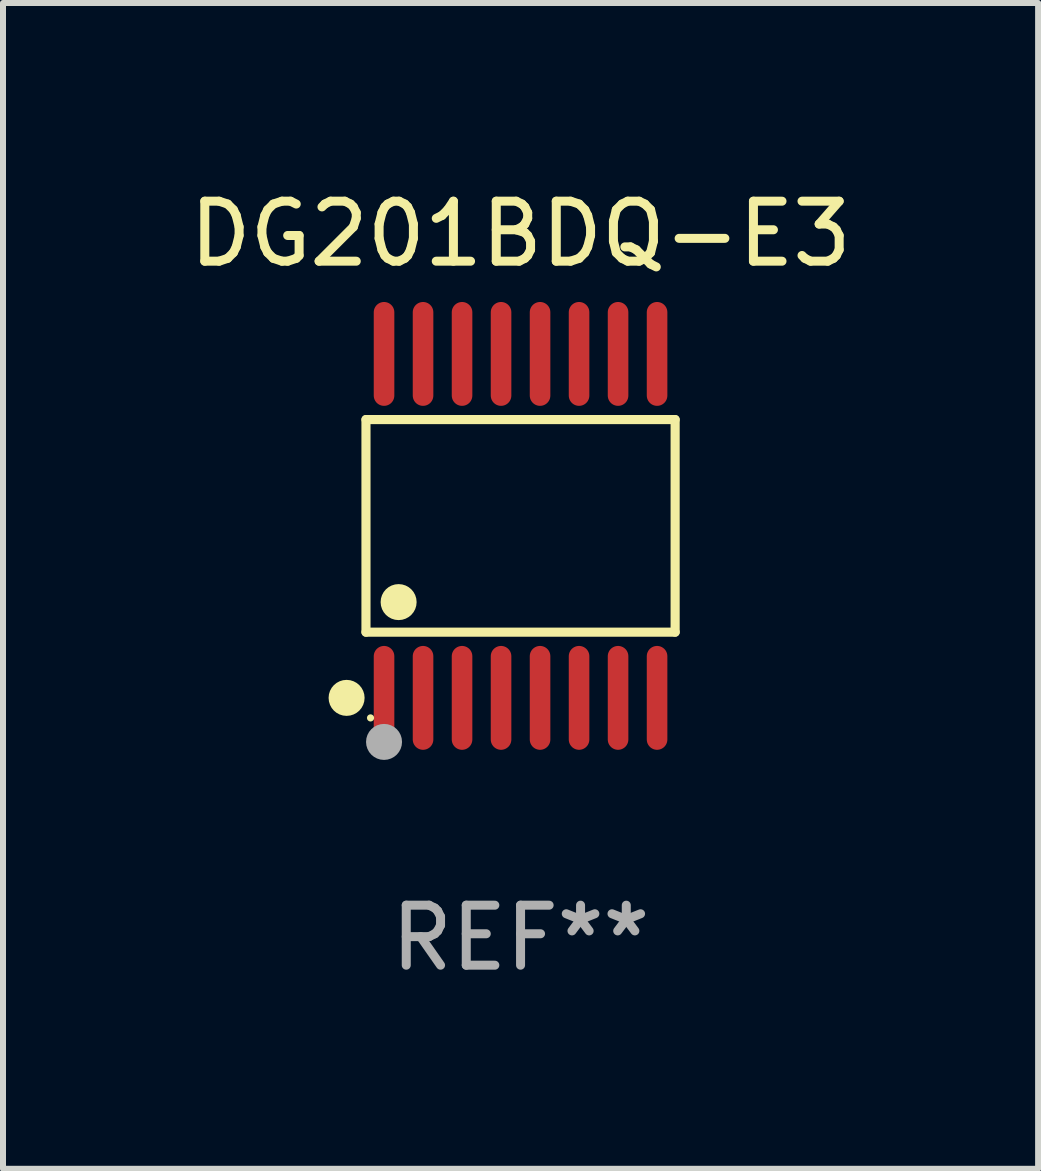
<source format=kicad_pcb>
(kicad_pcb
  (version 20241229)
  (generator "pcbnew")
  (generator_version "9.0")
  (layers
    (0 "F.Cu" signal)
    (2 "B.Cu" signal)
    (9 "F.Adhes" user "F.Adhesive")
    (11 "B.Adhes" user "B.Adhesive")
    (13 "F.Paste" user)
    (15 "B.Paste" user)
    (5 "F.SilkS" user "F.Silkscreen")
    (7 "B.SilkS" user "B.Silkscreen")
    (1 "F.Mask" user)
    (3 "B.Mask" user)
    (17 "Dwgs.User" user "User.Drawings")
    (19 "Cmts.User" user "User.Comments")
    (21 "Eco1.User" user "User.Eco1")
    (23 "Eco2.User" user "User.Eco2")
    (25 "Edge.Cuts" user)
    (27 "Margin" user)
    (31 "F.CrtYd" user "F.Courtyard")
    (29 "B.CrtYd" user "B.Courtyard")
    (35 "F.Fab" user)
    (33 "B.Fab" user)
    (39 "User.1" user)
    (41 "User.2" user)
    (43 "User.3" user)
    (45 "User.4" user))
  (footprint "DG201BDQ-E3"
    (layer "F.Cu")
    (at 5.625 5.714)
    (property "Reference" "DG201BDQ-E3" (at 0 -4.866 0) (layer "F.SilkS") (effects (font (size 1 1) (thickness 0.15))))
    (attr through_hole)
    (fp_line (start -2.576 -1.772) (end 2.576 -1.772) (stroke (width 0.152) (type solid)) (layer "F.SilkS"))
    (fp_line (start -2.576 1.771) (end -2.576 -1.772) (stroke (width 0.152) (type solid)) (layer "F.SilkS"))
    (fp_line (start 2.576 -1.772) (end 2.576 1.771) (stroke (width 0.152) (type solid)) (layer "F.SilkS"))
    (fp_line (start 2.576 1.771) (end -2.576 1.771) (stroke (width 0.152) (type solid)) (layer "F.SilkS"))
    (fp_circle (center -2.899 2.866) (end -2.749 2.866) (stroke (width 0.3) (type solid)) (fill no) (layer "F.SilkS"))
    (fp_circle (center -2.5 3.2) (end -2.47 3.2) (stroke (width 0.06) (type solid)) (fill no) (layer "F.SilkS"))
    (fp_circle (center -2.032 1.27) (end -1.882 1.27) (stroke (width 0.3) (type solid)) (fill no) (layer "F.SilkS"))
    (fp_circle (center -2.275 3.6) (end -2.125 3.6) (stroke (width 0.3) (type solid)) (fill no) (layer "F.Fab"))
    (fp_text user "REF**" (at 0 6.866 0) (layer "F.Fab") (effects (font (size 1 1) (thickness 0.15))))
    (pad "1" smd oval (at -2.275 2.866) (size 0.343 1.731) (layers "F.Cu" "F.Mask" "F.Paste"))
    (pad "2" smd oval (at -1.625 2.866) (size 0.343 1.731) (layers "F.Cu" "F.Mask" "F.Paste"))
    (pad "3" smd oval (at -0.975 2.866) (size 0.343 1.731) (layers "F.Cu" "F.Mask" "F.Paste"))
    (pad "4" smd oval (at -0.325 2.866) (size 0.343 1.731) (layers "F.Cu" "F.Mask" "F.Paste"))
    (pad "5" smd oval (at 0.325 2.866) (size 0.343 1.731) (layers "F.Cu" "F.Mask" "F.Paste"))
    (pad "6" smd oval (at 0.975 2.866) (size 0.343 1.731) (layers "F.Cu" "F.Mask" "F.Paste"))
    (pad "7" smd oval (at 1.625 2.866) (size 0.343 1.731) (layers "F.Cu" "F.Mask" "F.Paste"))
    (pad "8" smd oval (at 2.275 2.866) (size 0.343 1.731) (layers "F.Cu" "F.Mask" "F.Paste"))
    (pad "9" smd oval (at 2.275 -2.866) (size 0.343 1.731) (layers "F.Cu" "F.Mask" "F.Paste"))
    (pad "10" smd oval (at 1.625 -2.866) (size 0.343 1.731) (layers "F.Cu" "F.Mask" "F.Paste"))
    (pad "11" smd oval (at 0.975 -2.866) (size 0.343 1.731) (layers "F.Cu" "F.Mask" "F.Paste"))
    (pad "12" smd oval (at 0.325 -2.866) (size 0.343 1.731) (layers "F.Cu" "F.Mask" "F.Paste"))
    (pad "13" smd oval (at -0.325 -2.866) (size 0.343 1.731) (layers "F.Cu" "F.Mask" "F.Paste"))
    (pad "14" smd oval (at -0.975 -2.866) (size 0.343 1.731) (layers "F.Cu" "F.Mask" "F.Paste"))
    (pad "15" smd oval (at -1.625 -2.866) (size 0.343 1.731) (layers "F.Cu" "F.Mask" "F.Paste"))
    (pad "16" smd oval (at -2.275 -2.866) (size 0.343 1.731) (layers "F.Cu" "F.Mask" "F.Paste")))
  (gr_rect
    (start -3 -3)
    (end 14.25 16.428)
    (stroke (width 0.1) (type default))
    (fill no)
    (layer "Edge.Cuts")))
</source>
